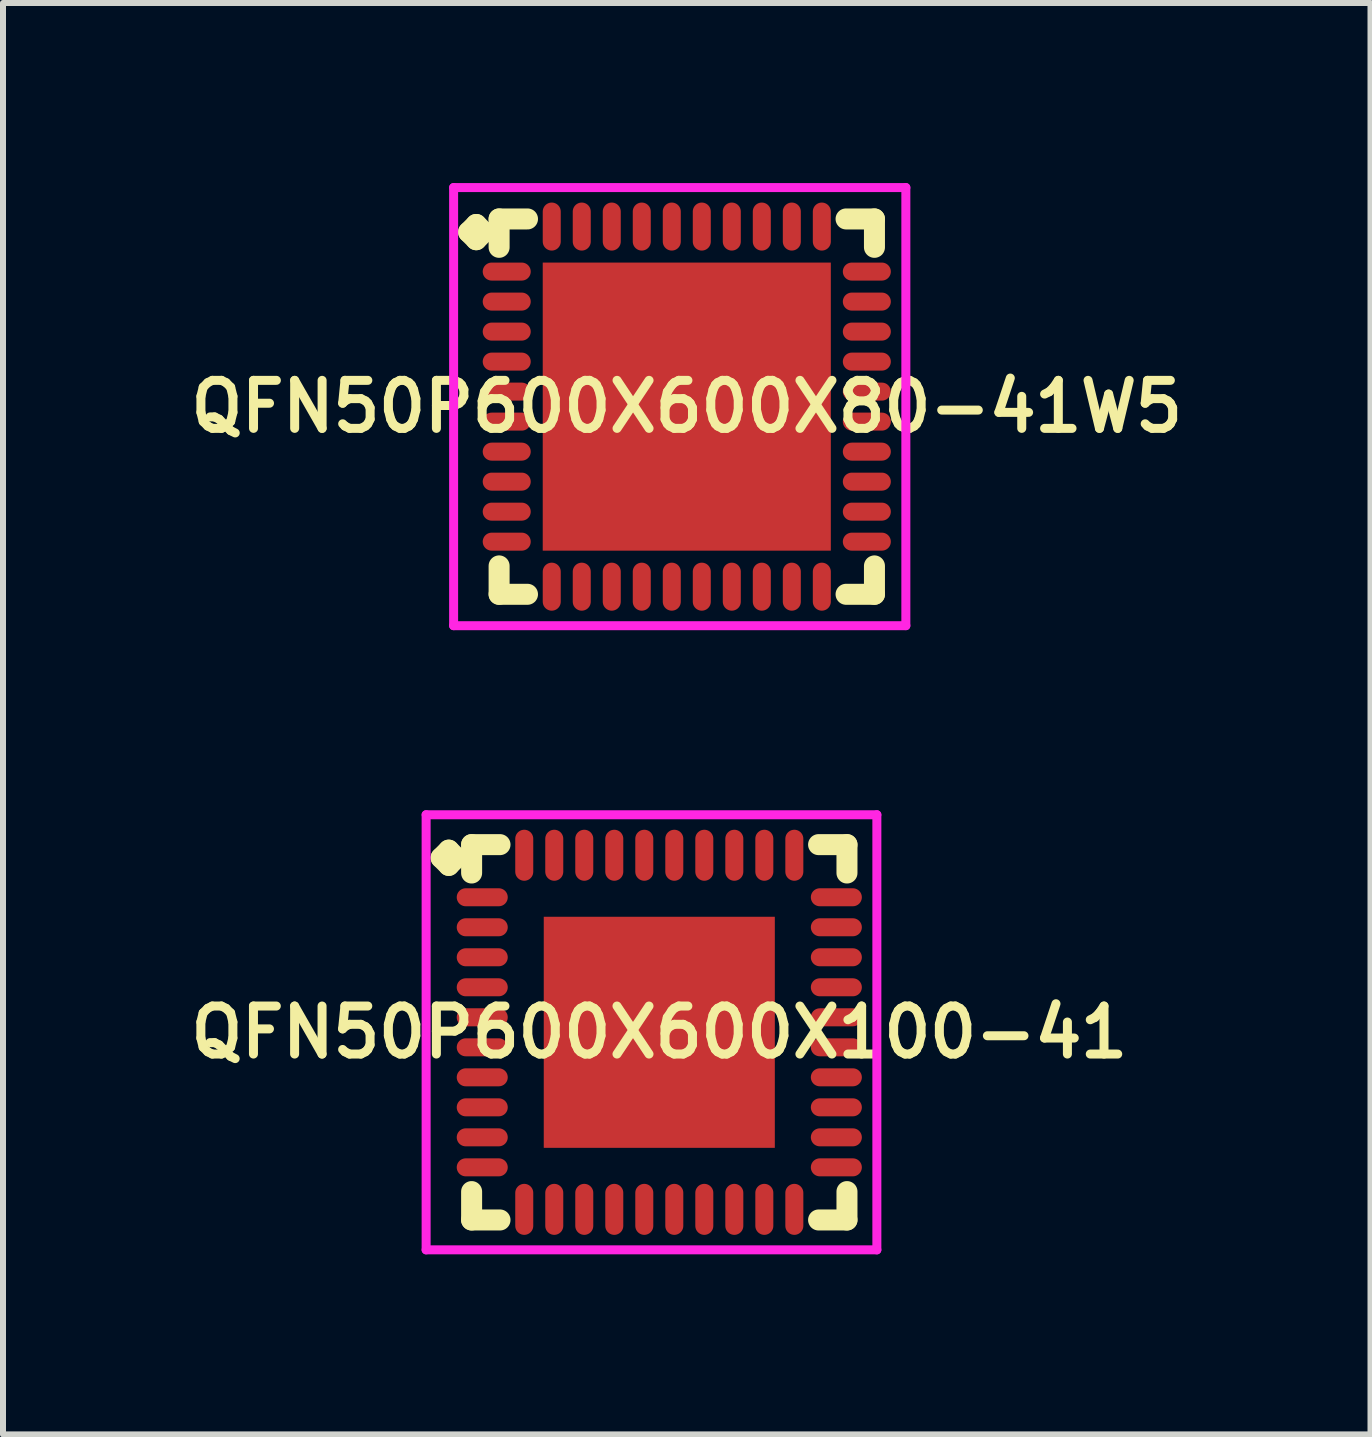
<source format=kicad_pcb>
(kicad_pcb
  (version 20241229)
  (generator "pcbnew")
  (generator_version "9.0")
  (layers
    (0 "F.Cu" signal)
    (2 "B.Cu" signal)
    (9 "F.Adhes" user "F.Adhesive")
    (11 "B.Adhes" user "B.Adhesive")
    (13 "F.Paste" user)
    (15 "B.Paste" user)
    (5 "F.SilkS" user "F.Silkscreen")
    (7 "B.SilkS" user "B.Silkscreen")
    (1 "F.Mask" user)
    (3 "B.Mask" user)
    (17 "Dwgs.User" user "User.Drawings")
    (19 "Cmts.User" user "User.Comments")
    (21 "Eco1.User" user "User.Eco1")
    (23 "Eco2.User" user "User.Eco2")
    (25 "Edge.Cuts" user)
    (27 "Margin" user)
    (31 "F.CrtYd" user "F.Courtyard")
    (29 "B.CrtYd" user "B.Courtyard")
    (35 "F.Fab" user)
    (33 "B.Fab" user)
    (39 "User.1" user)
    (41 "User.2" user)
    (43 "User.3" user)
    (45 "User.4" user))
  (footprint "QFN50P600X600X80-41W5"
    (layer "F.Cu")
    (at 8.393 3.725)
    (property "Reference" "QFN50P600X600X80-41W5" (at 0 0 0) (layer "F.SilkS") (effects (font (size 0.8 0.8) (thickness 0.15))))
    (attr smd)
    (fp_line (start -3.635 -2.908) (end -3.508 -3.035) (stroke (width 0.35) (type solid)) (layer "F.SilkS"))
    (fp_line (start -3.508 -3.035) (end -3.381 -2.908) (stroke (width 0.35) (type solid)) (layer "F.SilkS"))
    (fp_line (start -3.508 -2.781) (end -3.635 -2.908) (stroke (width 0.35) (type solid)) (layer "F.SilkS"))
    (fp_line (start -3.381 -2.908) (end -3.508 -2.781) (stroke (width 0.35) (type solid)) (layer "F.SilkS"))
    (fp_line (start -3.127 -3.127) (end -2.654 -3.127) (stroke (width 0.35) (type solid)) (layer "F.SilkS"))
    (fp_line (start -3.127 -2.654) (end -3.127 -3.127) (stroke (width 0.35) (type solid)) (layer "F.SilkS"))
    (fp_line (start -3.127 2.654) (end -3.127 3.127) (stroke (width 0.35) (type solid)) (layer "F.SilkS"))
    (fp_line (start -3.127 3.127) (end -2.654 3.127) (stroke (width 0.35) (type solid)) (layer "F.SilkS"))
    (fp_line (start 2.654 -3.127) (end 3.127 -3.127) (stroke (width 0.35) (type solid)) (layer "F.SilkS"))
    (fp_line (start 2.654 3.127) (end 3.127 3.127) (stroke (width 0.35) (type solid)) (layer "F.SilkS"))
    (fp_line (start 3.127 -3.127) (end 3.127 -2.654) (stroke (width 0.35) (type solid)) (layer "F.SilkS"))
    (fp_line (start 3.127 3.127) (end 3.127 2.654) (stroke (width 0.35) (type solid)) (layer "F.SilkS"))
    (fp_line (start -3.885 -3.65) (end 3.65 -3.65) (stroke (width 0.15) (type solid)) (layer "F.CrtYd"))
    (fp_line (start -3.885 3.65) (end -3.885 -3.65) (stroke (width 0.15) (type solid)) (layer "F.CrtYd"))
    (fp_line (start 3.65 -3.65) (end 3.65 3.65) (stroke (width 0.15) (type solid)) (layer "F.CrtYd"))
    (fp_line (start 3.65 3.65) (end -3.885 3.65) (stroke (width 0.15) (type solid)) (layer "F.CrtYd"))
    (pad "1" smd oval (at -3 -2.25) (size 0.8 0.3) (layers "F.Cu" "F.Mask" "F.Paste"))
    (pad "2" smd oval (at -3 -1.75) (size 0.8 0.3) (layers "F.Cu" "F.Mask" "F.Paste"))
    (pad "3" smd oval (at -3 -1.25) (size 0.8 0.3) (layers "F.Cu" "F.Mask" "F.Paste"))
    (pad "4" smd oval (at -3 -0.75) (size 0.8 0.3) (layers "F.Cu" "F.Mask" "F.Paste"))
    (pad "5" smd oval (at -3 -0.25) (size 0.8 0.3) (layers "F.Cu" "F.Mask" "F.Paste"))
    (pad "6" smd oval (at -3 0.25) (size 0.8 0.3) (layers "F.Cu" "F.Mask" "F.Paste"))
    (pad "7" smd oval (at -3 0.75) (size 0.8 0.3) (layers "F.Cu" "F.Mask" "F.Paste"))
    (pad "8" smd oval (at -3 1.25) (size 0.8 0.3) (layers "F.Cu" "F.Mask" "F.Paste"))
    (pad "9" smd oval (at -3 1.75) (size 0.8 0.3) (layers "F.Cu" "F.Mask" "F.Paste"))
    (pad "10" smd oval (at -3 2.25) (size 0.8 0.3) (layers "F.Cu" "F.Mask" "F.Paste"))
    (pad "11" smd oval (at -2.25 3) (size 0.3 0.8) (layers "F.Cu" "F.Mask" "F.Paste"))
    (pad "12" smd oval (at -1.75 3) (size 0.3 0.8) (layers "F.Cu" "F.Mask" "F.Paste"))
    (pad "13" smd oval (at -1.25 3) (size 0.3 0.8) (layers "F.Cu" "F.Mask" "F.Paste"))
    (pad "14" smd oval (at -0.75 3) (size 0.3 0.8) (layers "F.Cu" "F.Mask" "F.Paste"))
    (pad "15" smd oval (at -0.25 3) (size 0.3 0.8) (layers "F.Cu" "F.Mask" "F.Paste"))
    (pad "16" smd oval (at 0.25 3) (size 0.3 0.8) (layers "F.Cu" "F.Mask" "F.Paste"))
    (pad "17" smd oval (at 0.75 3) (size 0.3 0.8) (layers "F.Cu" "F.Mask" "F.Paste"))
    (pad "18" smd oval (at 1.25 3) (size 0.3 0.8) (layers "F.Cu" "F.Mask" "F.Paste"))
    (pad "19" smd oval (at 1.75 3) (size 0.3 0.8) (layers "F.Cu" "F.Mask" "F.Paste"))
    (pad "20" smd oval (at 2.25 3) (size 0.3 0.8) (layers "F.Cu" "F.Mask" "F.Paste"))
    (pad "21" smd oval (at 3 2.25) (size 0.8 0.3) (layers "F.Cu" "F.Mask" "F.Paste"))
    (pad "22" smd oval (at 3 1.75) (size 0.8 0.3) (layers "F.Cu" "F.Mask" "F.Paste"))
    (pad "23" smd oval (at 3 1.25) (size 0.8 0.3) (layers "F.Cu" "F.Mask" "F.Paste"))
    (pad "24" smd oval (at 3 0.75) (size 0.8 0.3) (layers "F.Cu" "F.Mask" "F.Paste"))
    (pad "25" smd oval (at 3 0.25) (size 0.8 0.3) (layers "F.Cu" "F.Mask" "F.Paste"))
    (pad "26" smd oval (at 3 -0.25) (size 0.8 0.3) (layers "F.Cu" "F.Mask" "F.Paste"))
    (pad "27" smd oval (at 3 -0.75) (size 0.8 0.3) (layers "F.Cu" "F.Mask" "F.Paste"))
    (pad "28" smd oval (at 3 -1.25) (size 0.8 0.3) (layers "F.Cu" "F.Mask" "F.Paste"))
    (pad "29" smd oval (at 3 -1.75) (size 0.8 0.3) (layers "F.Cu" "F.Mask" "F.Paste"))
    (pad "30" smd oval (at 3 -2.25) (size 0.8 0.3) (layers "F.Cu" "F.Mask" "F.Paste"))
    (pad "31" smd oval (at 2.25 -3) (size 0.3 0.8) (layers "F.Cu" "F.Mask" "F.Paste"))
    (pad "32" smd oval (at 1.75 -3) (size 0.3 0.8) (layers "F.Cu" "F.Mask" "F.Paste"))
    (pad "33" smd oval (at 1.25 -3) (size 0.3 0.8) (layers "F.Cu" "F.Mask" "F.Paste"))
    (pad "34" smd oval (at 0.75 -3) (size 0.3 0.8) (layers "F.Cu" "F.Mask" "F.Paste"))
    (pad "35" smd oval (at 0.25 -3) (size 0.3 0.8) (layers "F.Cu" "F.Mask" "F.Paste"))
    (pad "36" smd oval (at -0.25 -3) (size 0.3 0.8) (layers "F.Cu" "F.Mask" "F.Paste"))
    (pad "37" smd oval (at -0.75 -3) (size 0.3 0.8) (layers "F.Cu" "F.Mask" "F.Paste"))
    (pad "38" smd oval (at -1.25 -3) (size 0.3 0.8) (layers "F.Cu" "F.Mask" "F.Paste"))
    (pad "39" smd oval (at -1.75 -3) (size 0.3 0.8) (layers "F.Cu" "F.Mask" "F.Paste"))
    (pad "40" smd oval (at -2.25 -3) (size 0.3 0.8) (layers "F.Cu" "F.Mask" "F.Paste"))
    (pad "41" smd rect (at 0 0) (size 4.8 4.8) (layers "F.Cu" "F.Mask" "F.Paste")))
  (footprint "QFN50P600X600X100-41"
    (layer "F.Cu")
    (at 7.935 14.15)
    (property "Reference" "QFN50P600X600X100-41" (at 0 0 0) (layer "F.SilkS") (effects (font (size 0.8 0.8) (thickness 0.15))))
    (attr smd)
    (fp_line (start -3.635 -2.908) (end -3.508 -3.035) (stroke (width 0.35) (type solid)) (layer "F.SilkS"))
    (fp_line (start -3.508 -3.035) (end -3.381 -2.908) (stroke (width 0.35) (type solid)) (layer "F.SilkS"))
    (fp_line (start -3.508 -2.781) (end -3.635 -2.908) (stroke (width 0.35) (type solid)) (layer "F.SilkS"))
    (fp_line (start -3.381 -2.908) (end -3.508 -2.781) (stroke (width 0.35) (type solid)) (layer "F.SilkS"))
    (fp_line (start -3.127 -3.127) (end -2.654 -3.127) (stroke (width 0.35) (type solid)) (layer "F.SilkS"))
    (fp_line (start -3.127 -2.654) (end -3.127 -3.127) (stroke (width 0.35) (type solid)) (layer "F.SilkS"))
    (fp_line (start -3.127 2.654) (end -3.127 3.127) (stroke (width 0.35) (type solid)) (layer "F.SilkS"))
    (fp_line (start -3.127 3.127) (end -2.654 3.127) (stroke (width 0.35) (type solid)) (layer "F.SilkS"))
    (fp_line (start 2.654 -3.127) (end 3.127 -3.127) (stroke (width 0.35) (type solid)) (layer "F.SilkS"))
    (fp_line (start 2.654 3.127) (end 3.127 3.127) (stroke (width 0.35) (type solid)) (layer "F.SilkS"))
    (fp_line (start 3.127 -3.127) (end 3.127 -2.654) (stroke (width 0.35) (type solid)) (layer "F.SilkS"))
    (fp_line (start 3.127 3.127) (end 3.127 2.654) (stroke (width 0.35) (type solid)) (layer "F.SilkS"))
    (fp_line (start -3.885 -3.625) (end 3.625 -3.625) (stroke (width 0.15) (type solid)) (layer "F.CrtYd"))
    (fp_line (start -3.885 3.625) (end -3.885 -3.625) (stroke (width 0.15) (type solid)) (layer "F.CrtYd"))
    (fp_line (start 3.625 -3.625) (end 3.625 3.625) (stroke (width 0.15) (type solid)) (layer "F.CrtYd"))
    (fp_line (start 3.625 3.625) (end -3.885 3.625) (stroke (width 0.15) (type solid)) (layer "F.CrtYd"))
    (pad "1" smd oval (at -2.95 -2.25) (size 0.85 0.3) (layers "F.Cu" "F.Mask" "F.Paste"))
    (pad "2" smd oval (at -2.95 -1.75) (size 0.85 0.3) (layers "F.Cu" "F.Mask" "F.Paste"))
    (pad "3" smd oval (at -2.95 -1.25) (size 0.85 0.3) (layers "F.Cu" "F.Mask" "F.Paste"))
    (pad "4" smd oval (at -2.95 -0.75) (size 0.85 0.3) (layers "F.Cu" "F.Mask" "F.Paste"))
    (pad "5" smd oval (at -2.95 -0.25) (size 0.85 0.3) (layers "F.Cu" "F.Mask" "F.Paste"))
    (pad "6" smd oval (at -2.95 0.25) (size 0.85 0.3) (layers "F.Cu" "F.Mask" "F.Paste"))
    (pad "7" smd oval (at -2.95 0.75) (size 0.85 0.3) (layers "F.Cu" "F.Mask" "F.Paste"))
    (pad "8" smd oval (at -2.95 1.25) (size 0.85 0.3) (layers "F.Cu" "F.Mask" "F.Paste"))
    (pad "9" smd oval (at -2.95 1.75) (size 0.85 0.3) (layers "F.Cu" "F.Mask" "F.Paste"))
    (pad "10" smd oval (at -2.95 2.25) (size 0.85 0.3) (layers "F.Cu" "F.Mask" "F.Paste"))
    (pad "11" smd oval (at -2.25 2.95) (size 0.3 0.85) (layers "F.Cu" "F.Mask" "F.Paste"))
    (pad "12" smd oval (at -1.75 2.95) (size 0.3 0.85) (layers "F.Cu" "F.Mask" "F.Paste"))
    (pad "13" smd oval (at -1.25 2.95) (size 0.3 0.85) (layers "F.Cu" "F.Mask" "F.Paste"))
    (pad "14" smd oval (at -0.75 2.95) (size 0.3 0.85) (layers "F.Cu" "F.Mask" "F.Paste"))
    (pad "15" smd oval (at -0.25 2.95) (size 0.3 0.85) (layers "F.Cu" "F.Mask" "F.Paste"))
    (pad "16" smd oval (at 0.25 2.95) (size 0.3 0.85) (layers "F.Cu" "F.Mask" "F.Paste"))
    (pad "17" smd oval (at 0.75 2.95) (size 0.3 0.85) (layers "F.Cu" "F.Mask" "F.Paste"))
    (pad "18" smd oval (at 1.25 2.95) (size 0.3 0.85) (layers "F.Cu" "F.Mask" "F.Paste"))
    (pad "19" smd oval (at 1.75 2.95) (size 0.3 0.85) (layers "F.Cu" "F.Mask" "F.Paste"))
    (pad "20" smd oval (at 2.25 2.95) (size 0.3 0.85) (layers "F.Cu" "F.Mask" "F.Paste"))
    (pad "21" smd oval (at 2.95 2.25) (size 0.85 0.3) (layers "F.Cu" "F.Mask" "F.Paste"))
    (pad "22" smd oval (at 2.95 1.75) (size 0.85 0.3) (layers "F.Cu" "F.Mask" "F.Paste"))
    (pad "23" smd oval (at 2.95 1.25) (size 0.85 0.3) (layers "F.Cu" "F.Mask" "F.Paste"))
    (pad "24" smd oval (at 2.95 0.75) (size 0.85 0.3) (layers "F.Cu" "F.Mask" "F.Paste"))
    (pad "25" smd oval (at 2.95 0.25) (size 0.85 0.3) (layers "F.Cu" "F.Mask" "F.Paste"))
    (pad "26" smd oval (at 2.95 -0.25) (size 0.85 0.3) (layers "F.Cu" "F.Mask" "F.Paste"))
    (pad "27" smd oval (at 2.95 -0.75) (size 0.85 0.3) (layers "F.Cu" "F.Mask" "F.Paste"))
    (pad "28" smd oval (at 2.95 -1.25) (size 0.85 0.3) (layers "F.Cu" "F.Mask" "F.Paste"))
    (pad "29" smd oval (at 2.95 -1.75) (size 0.85 0.3) (layers "F.Cu" "F.Mask" "F.Paste"))
    (pad "30" smd oval (at 2.95 -2.25) (size 0.85 0.3) (layers "F.Cu" "F.Mask" "F.Paste"))
    (pad "31" smd oval (at 2.25 -2.95) (size 0.3 0.85) (layers "F.Cu" "F.Mask" "F.Paste"))
    (pad "32" smd oval (at 1.75 -2.95) (size 0.3 0.85) (layers "F.Cu" "F.Mask" "F.Paste"))
    (pad "33" smd oval (at 1.25 -2.95) (size 0.3 0.85) (layers "F.Cu" "F.Mask" "F.Paste"))
    (pad "34" smd oval (at 0.75 -2.95) (size 0.3 0.85) (layers "F.Cu" "F.Mask" "F.Paste"))
    (pad "35" smd oval (at 0.25 -2.95) (size 0.3 0.85) (layers "F.Cu" "F.Mask" "F.Paste"))
    (pad "36" smd oval (at -0.25 -2.95) (size 0.3 0.85) (layers "F.Cu" "F.Mask" "F.Paste"))
    (pad "37" smd oval (at -0.75 -2.95) (size 0.3 0.85) (layers "F.Cu" "F.Mask" "F.Paste"))
    (pad "38" smd oval (at -1.25 -2.95) (size 0.3 0.85) (layers "F.Cu" "F.Mask" "F.Paste"))
    (pad "39" smd oval (at -1.75 -2.95) (size 0.3 0.85) (layers "F.Cu" "F.Mask" "F.Paste"))
    (pad "40" smd oval (at -2.25 -2.95) (size 0.3 0.85) (layers "F.Cu" "F.Mask" "F.Paste"))
    (pad "41" smd rect (at 0 0) (size 3.85 3.85) (layers "F.Cu" "F.Mask" "F.Paste")))
  (gr_rect
    (start -3 -3)
    (end 19.785 20.85)
    (stroke (width 0.1) (type default))
    (fill no)
    (layer "Edge.Cuts")))
</source>
